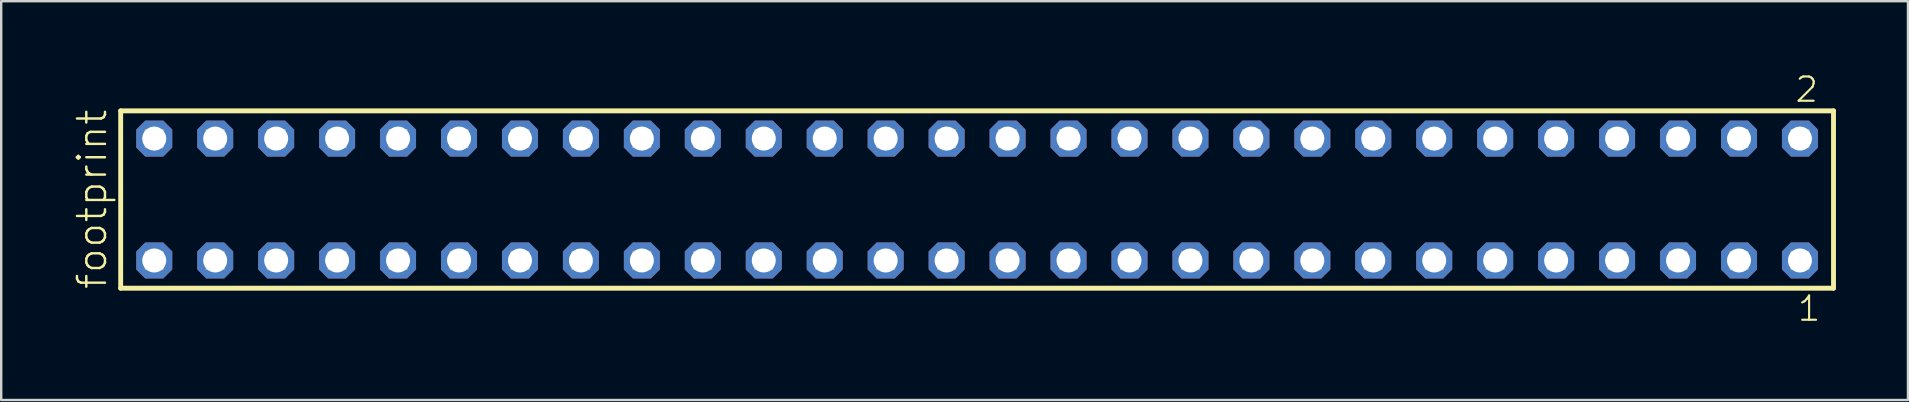
<source format=kicad_pcb>
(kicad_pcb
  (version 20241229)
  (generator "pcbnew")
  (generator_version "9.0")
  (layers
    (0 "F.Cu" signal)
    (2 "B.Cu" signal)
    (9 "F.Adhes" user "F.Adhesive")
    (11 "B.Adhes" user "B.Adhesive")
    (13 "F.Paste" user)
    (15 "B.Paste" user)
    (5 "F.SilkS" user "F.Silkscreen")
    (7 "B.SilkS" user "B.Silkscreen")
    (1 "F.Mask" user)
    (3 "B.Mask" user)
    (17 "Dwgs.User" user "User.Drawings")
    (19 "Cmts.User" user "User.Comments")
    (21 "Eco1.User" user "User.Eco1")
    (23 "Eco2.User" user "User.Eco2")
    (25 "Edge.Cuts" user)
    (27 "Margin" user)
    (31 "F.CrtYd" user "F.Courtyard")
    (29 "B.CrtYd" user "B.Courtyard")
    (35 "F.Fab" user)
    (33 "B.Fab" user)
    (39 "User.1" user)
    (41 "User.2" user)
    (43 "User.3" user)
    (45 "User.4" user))
  (footprint "footprint"
    (layer "F.Cu")
    (at 37.668 5.265)
    (property "Reference" "footprint" (at -36.195 3.81 90) (layer "F.SilkS") (effects (font (size 1.168 1.168) (thickness 0.102)) (justify left bottom)))
    (fp_line (start -35.689 -3.695) (end 35.689 -3.695) (stroke (width 0.203) (type solid)) (layer "F.SilkS"))
    (fp_line (start -35.689 3.695) (end -35.689 -3.695) (stroke (width 0.203) (type solid)) (layer "F.SilkS"))
    (fp_line (start 35.689 -3.695) (end 35.689 3.695) (stroke (width 0.203) (type solid)) (layer "F.SilkS"))
    (fp_line (start 35.689 3.695) (end -35.689 3.695) (stroke (width 0.203) (type solid)) (layer "F.SilkS"))
    (fp_poly (pts (xy -34.64 -2.19) (xy -33.94 -2.19) (xy -33.94 -2.89) (xy -34.64 -2.89)) (stroke (width 0.1) (type solid)) (fill no) (layer "F.Fab"))
    (fp_poly (pts (xy -34.64 2.89) (xy -33.94 2.89) (xy -33.94 2.19) (xy -34.64 2.19)) (stroke (width 0.1) (type solid)) (fill no) (layer "F.Fab"))
    (fp_poly (pts (xy -32.1 -2.19) (xy -31.4 -2.19) (xy -31.4 -2.89) (xy -32.1 -2.89)) (stroke (width 0.1) (type solid)) (fill no) (layer "F.Fab"))
    (fp_poly (pts (xy -32.1 2.89) (xy -31.4 2.89) (xy -31.4 2.19) (xy -32.1 2.19)) (stroke (width 0.1) (type solid)) (fill no) (layer "F.Fab"))
    (fp_poly (pts (xy -29.56 -2.19) (xy -28.86 -2.19) (xy -28.86 -2.89) (xy -29.56 -2.89)) (stroke (width 0.1) (type solid)) (fill no) (layer "F.Fab"))
    (fp_poly (pts (xy -29.56 2.89) (xy -28.86 2.89) (xy -28.86 2.19) (xy -29.56 2.19)) (stroke (width 0.1) (type solid)) (fill no) (layer "F.Fab"))
    (fp_poly (pts (xy -27.02 -2.19) (xy -26.32 -2.19) (xy -26.32 -2.89) (xy -27.02 -2.89)) (stroke (width 0.1) (type solid)) (fill no) (layer "F.Fab"))
    (fp_poly (pts (xy -27.02 2.89) (xy -26.32 2.89) (xy -26.32 2.19) (xy -27.02 2.19)) (stroke (width 0.1) (type solid)) (fill no) (layer "F.Fab"))
    (fp_poly (pts (xy -24.48 -2.19) (xy -23.78 -2.19) (xy -23.78 -2.89) (xy -24.48 -2.89)) (stroke (width 0.1) (type solid)) (fill no) (layer "F.Fab"))
    (fp_poly (pts (xy -24.48 2.89) (xy -23.78 2.89) (xy -23.78 2.19) (xy -24.48 2.19)) (stroke (width 0.1) (type solid)) (fill no) (layer "F.Fab"))
    (fp_poly (pts (xy -21.94 -2.19) (xy -21.24 -2.19) (xy -21.24 -2.89) (xy -21.94 -2.89)) (stroke (width 0.1) (type solid)) (fill no) (layer "F.Fab"))
    (fp_poly (pts (xy -21.94 2.89) (xy -21.24 2.89) (xy -21.24 2.19) (xy -21.94 2.19)) (stroke (width 0.1) (type solid)) (fill no) (layer "F.Fab"))
    (fp_poly (pts (xy -19.4 -2.19) (xy -18.7 -2.19) (xy -18.7 -2.89) (xy -19.4 -2.89)) (stroke (width 0.1) (type solid)) (fill no) (layer "F.Fab"))
    (fp_poly (pts (xy -19.4 2.89) (xy -18.7 2.89) (xy -18.7 2.19) (xy -19.4 2.19)) (stroke (width 0.1) (type solid)) (fill no) (layer "F.Fab"))
    (fp_poly (pts (xy -16.86 -2.19) (xy -16.16 -2.19) (xy -16.16 -2.89) (xy -16.86 -2.89)) (stroke (width 0.1) (type solid)) (fill no) (layer "F.Fab"))
    (fp_poly (pts (xy -16.86 2.89) (xy -16.16 2.89) (xy -16.16 2.19) (xy -16.86 2.19)) (stroke (width 0.1) (type solid)) (fill no) (layer "F.Fab"))
    (fp_poly (pts (xy -14.32 -2.19) (xy -13.62 -2.19) (xy -13.62 -2.89) (xy -14.32 -2.89)) (stroke (width 0.1) (type solid)) (fill no) (layer "F.Fab"))
    (fp_poly (pts (xy -14.32 2.89) (xy -13.62 2.89) (xy -13.62 2.19) (xy -14.32 2.19)) (stroke (width 0.1) (type solid)) (fill no) (layer "F.Fab"))
    (fp_poly (pts (xy -11.78 -2.19) (xy -11.08 -2.19) (xy -11.08 -2.89) (xy -11.78 -2.89)) (stroke (width 0.1) (type solid)) (fill no) (layer "F.Fab"))
    (fp_poly (pts (xy -11.78 2.89) (xy -11.08 2.89) (xy -11.08 2.19) (xy -11.78 2.19)) (stroke (width 0.1) (type solid)) (fill no) (layer "F.Fab"))
    (fp_poly (pts (xy -9.24 -2.19) (xy -8.54 -2.19) (xy -8.54 -2.89) (xy -9.24 -2.89)) (stroke (width 0.1) (type solid)) (fill no) (layer "F.Fab"))
    (fp_poly (pts (xy -9.24 2.89) (xy -8.54 2.89) (xy -8.54 2.19) (xy -9.24 2.19)) (stroke (width 0.1) (type solid)) (fill no) (layer "F.Fab"))
    (fp_poly (pts (xy -6.7 -2.19) (xy -6 -2.19) (xy -6 -2.89) (xy -6.7 -2.89)) (stroke (width 0.1) (type solid)) (fill no) (layer "F.Fab"))
    (fp_poly (pts (xy -6.7 2.89) (xy -6 2.89) (xy -6 2.19) (xy -6.7 2.19)) (stroke (width 0.1) (type solid)) (fill no) (layer "F.Fab"))
    (fp_poly (pts (xy -4.16 -2.19) (xy -3.46 -2.19) (xy -3.46 -2.89) (xy -4.16 -2.89)) (stroke (width 0.1) (type solid)) (fill no) (layer "F.Fab"))
    (fp_poly (pts (xy -4.16 2.89) (xy -3.46 2.89) (xy -3.46 2.19) (xy -4.16 2.19)) (stroke (width 0.1) (type solid)) (fill no) (layer "F.Fab"))
    (fp_poly (pts (xy -1.62 -2.19) (xy -0.92 -2.19) (xy -0.92 -2.89) (xy -1.62 -2.89)) (stroke (width 0.1) (type solid)) (fill no) (layer "F.Fab"))
    (fp_poly (pts (xy -1.62 2.89) (xy -0.92 2.89) (xy -0.92 2.19) (xy -1.62 2.19)) (stroke (width 0.1) (type solid)) (fill no) (layer "F.Fab"))
    (fp_poly (pts (xy 0.92 -2.19) (xy 1.62 -2.19) (xy 1.62 -2.89) (xy 0.92 -2.89)) (stroke (width 0.1) (type solid)) (fill no) (layer "F.Fab"))
    (fp_poly (pts (xy 0.92 2.89) (xy 1.62 2.89) (xy 1.62 2.19) (xy 0.92 2.19)) (stroke (width 0.1) (type solid)) (fill no) (layer "F.Fab"))
    (fp_poly (pts (xy 3.46 -2.19) (xy 4.16 -2.19) (xy 4.16 -2.89) (xy 3.46 -2.89)) (stroke (width 0.1) (type solid)) (fill no) (layer "F.Fab"))
    (fp_poly (pts (xy 3.46 2.89) (xy 4.16 2.89) (xy 4.16 2.19) (xy 3.46 2.19)) (stroke (width 0.1) (type solid)) (fill no) (layer "F.Fab"))
    (fp_poly (pts (xy 6 -2.19) (xy 6.7 -2.19) (xy 6.7 -2.89) (xy 6 -2.89)) (stroke (width 0.1) (type solid)) (fill no) (layer "F.Fab"))
    (fp_poly (pts (xy 6 2.89) (xy 6.7 2.89) (xy 6.7 2.19) (xy 6 2.19)) (stroke (width 0.1) (type solid)) (fill no) (layer "F.Fab"))
    (fp_poly (pts (xy 8.54 -2.19) (xy 9.24 -2.19) (xy 9.24 -2.89) (xy 8.54 -2.89)) (stroke (width 0.1) (type solid)) (fill no) (layer "F.Fab"))
    (fp_poly (pts (xy 8.54 2.89) (xy 9.24 2.89) (xy 9.24 2.19) (xy 8.54 2.19)) (stroke (width 0.1) (type solid)) (fill no) (layer "F.Fab"))
    (fp_poly (pts (xy 11.08 -2.19) (xy 11.78 -2.19) (xy 11.78 -2.89) (xy 11.08 -2.89)) (stroke (width 0.1) (type solid)) (fill no) (layer "F.Fab"))
    (fp_poly (pts (xy 11.08 2.89) (xy 11.78 2.89) (xy 11.78 2.19) (xy 11.08 2.19)) (stroke (width 0.1) (type solid)) (fill no) (layer "F.Fab"))
    (fp_poly (pts (xy 13.62 -2.19) (xy 14.32 -2.19) (xy 14.32 -2.89) (xy 13.62 -2.89)) (stroke (width 0.1) (type solid)) (fill no) (layer "F.Fab"))
    (fp_poly (pts (xy 13.62 2.89) (xy 14.32 2.89) (xy 14.32 2.19) (xy 13.62 2.19)) (stroke (width 0.1) (type solid)) (fill no) (layer "F.Fab"))
    (fp_poly (pts (xy 16.16 -2.19) (xy 16.86 -2.19) (xy 16.86 -2.89) (xy 16.16 -2.89)) (stroke (width 0.1) (type solid)) (fill no) (layer "F.Fab"))
    (fp_poly (pts (xy 16.16 2.89) (xy 16.86 2.89) (xy 16.86 2.19) (xy 16.16 2.19)) (stroke (width 0.1) (type solid)) (fill no) (layer "F.Fab"))
    (fp_poly (pts (xy 18.7 -2.19) (xy 19.4 -2.19) (xy 19.4 -2.89) (xy 18.7 -2.89)) (stroke (width 0.1) (type solid)) (fill no) (layer "F.Fab"))
    (fp_poly (pts (xy 18.7 2.89) (xy 19.4 2.89) (xy 19.4 2.19) (xy 18.7 2.19)) (stroke (width 0.1) (type solid)) (fill no) (layer "F.Fab"))
    (fp_poly (pts (xy 21.24 -2.19) (xy 21.94 -2.19) (xy 21.94 -2.89) (xy 21.24 -2.89)) (stroke (width 0.1) (type solid)) (fill no) (layer "F.Fab"))
    (fp_poly (pts (xy 21.24 2.89) (xy 21.94 2.89) (xy 21.94 2.19) (xy 21.24 2.19)) (stroke (width 0.1) (type solid)) (fill no) (layer "F.Fab"))
    (fp_poly (pts (xy 23.78 -2.19) (xy 24.48 -2.19) (xy 24.48 -2.89) (xy 23.78 -2.89)) (stroke (width 0.1) (type solid)) (fill no) (layer "F.Fab"))
    (fp_poly (pts (xy 23.78 2.89) (xy 24.48 2.89) (xy 24.48 2.19) (xy 23.78 2.19)) (stroke (width 0.1) (type solid)) (fill no) (layer "F.Fab"))
    (fp_poly (pts (xy 26.32 -2.19) (xy 27.02 -2.19) (xy 27.02 -2.89) (xy 26.32 -2.89)) (stroke (width 0.1) (type solid)) (fill no) (layer "F.Fab"))
    (fp_poly (pts (xy 26.32 2.89) (xy 27.02 2.89) (xy 27.02 2.19) (xy 26.32 2.19)) (stroke (width 0.1) (type solid)) (fill no) (layer "F.Fab"))
    (fp_poly (pts (xy 28.86 -2.19) (xy 29.56 -2.19) (xy 29.56 -2.89) (xy 28.86 -2.89)) (stroke (width 0.1) (type solid)) (fill no) (layer "F.Fab"))
    (fp_poly (pts (xy 28.86 2.89) (xy 29.56 2.89) (xy 29.56 2.19) (xy 28.86 2.19)) (stroke (width 0.1) (type solid)) (fill no) (layer "F.Fab"))
    (fp_poly (pts (xy 31.4 -2.19) (xy 32.1 -2.19) (xy 32.1 -2.89) (xy 31.4 -2.89)) (stroke (width 0.1) (type solid)) (fill no) (layer "F.Fab"))
    (fp_poly (pts (xy 31.4 2.89) (xy 32.1 2.89) (xy 32.1 2.19) (xy 31.4 2.19)) (stroke (width 0.1) (type solid)) (fill no) (layer "F.Fab"))
    (fp_poly (pts (xy 33.94 -2.19) (xy 34.64 -2.19) (xy 34.64 -2.89) (xy 33.94 -2.89)) (stroke (width 0.1) (type solid)) (fill no) (layer "F.Fab"))
    (fp_poly (pts (xy 33.94 2.89) (xy 34.64 2.89) (xy 34.64 2.19) (xy 33.94 2.19)) (stroke (width 0.1) (type solid)) (fill no) (layer "F.Fab"))
    (fp_text user "2" (at 34.032 -3.989 0) (layer "F.SilkS") (effects (font (size 1.012 1.012) (thickness 0.088)) (justify left bottom)))
    (fp_text user "1" (at 34.132 5.138 0) (layer "F.SilkS") (effects (font (size 1.012 1.012) (thickness 0.088)) (justify left bottom)))
    (pad "1" thru_hole roundrect (at 34.29 2.54 180) (size 1.5 1.5) (drill 1) (layers "*.Cu" "*.Mask") (roundrect_rratio 0.25) (chamfer_ratio 0.25) (chamfer top_left top_right bottom_left bottom_right))
    (pad "2" thru_hole roundrect (at 34.29 -2.54 180) (size 1.5 1.5) (drill 1) (layers "*.Cu" "*.Mask") (roundrect_rratio 0.25) (chamfer_ratio 0.25) (chamfer top_left top_right bottom_left bottom_right))
    (pad "3" thru_hole roundrect (at 31.75 2.54 180) (size 1.5 1.5) (drill 1) (layers "*.Cu" "*.Mask") (roundrect_rratio 0.25) (chamfer_ratio 0.25) (chamfer top_left top_right bottom_left bottom_right))
    (pad "4" thru_hole roundrect (at 31.75 -2.54 180) (size 1.5 1.5) (drill 1) (layers "*.Cu" "*.Mask") (roundrect_rratio 0.25) (chamfer_ratio 0.25) (chamfer top_left top_right bottom_left bottom_right))
    (pad "5" thru_hole roundrect (at 29.21 2.54 180) (size 1.5 1.5) (drill 1) (layers "*.Cu" "*.Mask") (roundrect_rratio 0.25) (chamfer_ratio 0.25) (chamfer top_left top_right bottom_left bottom_right))
    (pad "6" thru_hole roundrect (at 29.21 -2.54 180) (size 1.5 1.5) (drill 1) (layers "*.Cu" "*.Mask") (roundrect_rratio 0.25) (chamfer_ratio 0.25) (chamfer top_left top_right bottom_left bottom_right))
    (pad "7" thru_hole roundrect (at 26.67 2.54 180) (size 1.5 1.5) (drill 1) (layers "*.Cu" "*.Mask") (roundrect_rratio 0.25) (chamfer_ratio 0.25) (chamfer top_left top_right bottom_left bottom_right))
    (pad "8" thru_hole roundrect (at 26.67 -2.54 180) (size 1.5 1.5) (drill 1) (layers "*.Cu" "*.Mask") (roundrect_rratio 0.25) (chamfer_ratio 0.25) (chamfer top_left top_right bottom_left bottom_right))
    (pad "9" thru_hole roundrect (at 24.13 2.54 180) (size 1.5 1.5) (drill 1) (layers "*.Cu" "*.Mask") (roundrect_rratio 0.25) (chamfer_ratio 0.25) (chamfer top_left top_right bottom_left bottom_right))
    (pad "10" thru_hole roundrect (at 24.13 -2.54 180) (size 1.5 1.5) (drill 1) (layers "*.Cu" "*.Mask") (roundrect_rratio 0.25) (chamfer_ratio 0.25) (chamfer top_left top_right bottom_left bottom_right))
    (pad "11" thru_hole roundrect (at 21.59 2.54 180) (size 1.5 1.5) (drill 1) (layers "*.Cu" "*.Mask") (roundrect_rratio 0.25) (chamfer_ratio 0.25) (chamfer top_left top_right bottom_left bottom_right))
    (pad "12" thru_hole roundrect (at 21.59 -2.54 180) (size 1.5 1.5) (drill 1) (layers "*.Cu" "*.Mask") (roundrect_rratio 0.25) (chamfer_ratio 0.25) (chamfer top_left top_right bottom_left bottom_right))
    (pad "13" thru_hole roundrect (at 19.05 2.54 180) (size 1.5 1.5) (drill 1) (layers "*.Cu" "*.Mask") (roundrect_rratio 0.25) (chamfer_ratio 0.25) (chamfer top_left top_right bottom_left bottom_right))
    (pad "14" thru_hole roundrect (at 19.05 -2.54 180) (size 1.5 1.5) (drill 1) (layers "*.Cu" "*.Mask") (roundrect_rratio 0.25) (chamfer_ratio 0.25) (chamfer top_left top_right bottom_left bottom_right))
    (pad "15" thru_hole roundrect (at 16.51 2.54 180) (size 1.5 1.5) (drill 1) (layers "*.Cu" "*.Mask") (roundrect_rratio 0.25) (chamfer_ratio 0.25) (chamfer top_left top_right bottom_left bottom_right))
    (pad "16" thru_hole roundrect (at 16.51 -2.54 180) (size 1.5 1.5) (drill 1) (layers "*.Cu" "*.Mask") (roundrect_rratio 0.25) (chamfer_ratio 0.25) (chamfer top_left top_right bottom_left bottom_right))
    (pad "17" thru_hole roundrect (at 13.97 2.54 180) (size 1.5 1.5) (drill 1) (layers "*.Cu" "*.Mask") (roundrect_rratio 0.25) (chamfer_ratio 0.25) (chamfer top_left top_right bottom_left bottom_right))
    (pad "18" thru_hole roundrect (at 13.97 -2.54 180) (size 1.5 1.5) (drill 1) (layers "*.Cu" "*.Mask") (roundrect_rratio 0.25) (chamfer_ratio 0.25) (chamfer top_left top_right bottom_left bottom_right))
    (pad "19" thru_hole roundrect (at 11.43 2.54 180) (size 1.5 1.5) (drill 1) (layers "*.Cu" "*.Mask") (roundrect_rratio 0.25) (chamfer_ratio 0.25) (chamfer top_left top_right bottom_left bottom_right))
    (pad "20" thru_hole roundrect (at 11.43 -2.54 180) (size 1.5 1.5) (drill 1) (layers "*.Cu" "*.Mask") (roundrect_rratio 0.25) (chamfer_ratio 0.25) (chamfer top_left top_right bottom_left bottom_right))
    (pad "21" thru_hole roundrect (at 8.89 2.54 180) (size 1.5 1.5) (drill 1) (layers "*.Cu" "*.Mask") (roundrect_rratio 0.25) (chamfer_ratio 0.25) (chamfer top_left top_right bottom_left bottom_right))
    (pad "22" thru_hole roundrect (at 8.89 -2.54 180) (size 1.5 1.5) (drill 1) (layers "*.Cu" "*.Mask") (roundrect_rratio 0.25) (chamfer_ratio 0.25) (chamfer top_left top_right bottom_left bottom_right))
    (pad "23" thru_hole roundrect (at 6.35 2.54 180) (size 1.5 1.5) (drill 1) (layers "*.Cu" "*.Mask") (roundrect_rratio 0.25) (chamfer_ratio 0.25) (chamfer top_left top_right bottom_left bottom_right))
    (pad "24" thru_hole roundrect (at 6.35 -2.54 180) (size 1.5 1.5) (drill 1) (layers "*.Cu" "*.Mask") (roundrect_rratio 0.25) (chamfer_ratio 0.25) (chamfer top_left top_right bottom_left bottom_right))
    (pad "25" thru_hole roundrect (at 3.81 2.54 180) (size 1.5 1.5) (drill 1) (layers "*.Cu" "*.Mask") (roundrect_rratio 0.25) (chamfer_ratio 0.25) (chamfer top_left top_right bottom_left bottom_right))
    (pad "26" thru_hole roundrect (at 3.81 -2.54 180) (size 1.5 1.5) (drill 1) (layers "*.Cu" "*.Mask") (roundrect_rratio 0.25) (chamfer_ratio 0.25) (chamfer top_left top_right bottom_left bottom_right))
    (pad "27" thru_hole roundrect (at 1.27 2.54 180) (size 1.5 1.5) (drill 1) (layers "*.Cu" "*.Mask") (roundrect_rratio 0.25) (chamfer_ratio 0.25) (chamfer top_left top_right bottom_left bottom_right))
    (pad "28" thru_hole roundrect (at 1.27 -2.54 180) (size 1.5 1.5) (drill 1) (layers "*.Cu" "*.Mask") (roundrect_rratio 0.25) (chamfer_ratio 0.25) (chamfer top_left top_right bottom_left bottom_right))
    (pad "29" thru_hole roundrect (at -1.27 2.54 180) (size 1.5 1.5) (drill 1) (layers "*.Cu" "*.Mask") (roundrect_rratio 0.25) (chamfer_ratio 0.25) (chamfer top_left top_right bottom_left bottom_right))
    (pad "30" thru_hole roundrect (at -1.27 -2.54 180) (size 1.5 1.5) (drill 1) (layers "*.Cu" "*.Mask") (roundrect_rratio 0.25) (chamfer_ratio 0.25) (chamfer top_left top_right bottom_left bottom_right))
    (pad "31" thru_hole roundrect (at -3.81 2.54 180) (size 1.5 1.5) (drill 1) (layers "*.Cu" "*.Mask") (roundrect_rratio 0.25) (chamfer_ratio 0.25) (chamfer top_left top_right bottom_left bottom_right))
    (pad "32" thru_hole roundrect (at -3.81 -2.54 180) (size 1.5 1.5) (drill 1) (layers "*.Cu" "*.Mask") (roundrect_rratio 0.25) (chamfer_ratio 0.25) (chamfer top_left top_right bottom_left bottom_right))
    (pad "33" thru_hole roundrect (at -6.35 2.54 180) (size 1.5 1.5) (drill 1) (layers "*.Cu" "*.Mask") (roundrect_rratio 0.25) (chamfer_ratio 0.25) (chamfer top_left top_right bottom_left bottom_right))
    (pad "34" thru_hole roundrect (at -6.35 -2.54 180) (size 1.5 1.5) (drill 1) (layers "*.Cu" "*.Mask") (roundrect_rratio 0.25) (chamfer_ratio 0.25) (chamfer top_left top_right bottom_left bottom_right))
    (pad "35" thru_hole roundrect (at -8.89 2.54 180) (size 1.5 1.5) (drill 1) (layers "*.Cu" "*.Mask") (roundrect_rratio 0.25) (chamfer_ratio 0.25) (chamfer top_left top_right bottom_left bottom_right))
    (pad "36" thru_hole roundrect (at -8.89 -2.54 180) (size 1.5 1.5) (drill 1) (layers "*.Cu" "*.Mask") (roundrect_rratio 0.25) (chamfer_ratio 0.25) (chamfer top_left top_right bottom_left bottom_right))
    (pad "37" thru_hole roundrect (at -11.43 2.54 180) (size 1.5 1.5) (drill 1) (layers "*.Cu" "*.Mask") (roundrect_rratio 0.25) (chamfer_ratio 0.25) (chamfer top_left top_right bottom_left bottom_right))
    (pad "38" thru_hole roundrect (at -11.43 -2.54 180) (size 1.5 1.5) (drill 1) (layers "*.Cu" "*.Mask") (roundrect_rratio 0.25) (chamfer_ratio 0.25) (chamfer top_left top_right bottom_left bottom_right))
    (pad "39" thru_hole roundrect (at -13.97 2.54 180) (size 1.5 1.5) (drill 1) (layers "*.Cu" "*.Mask") (roundrect_rratio 0.25) (chamfer_ratio 0.25) (chamfer top_left top_right bottom_left bottom_right))
    (pad "40" thru_hole roundrect (at -13.97 -2.54 180) (size 1.5 1.5) (drill 1) (layers "*.Cu" "*.Mask") (roundrect_rratio 0.25) (chamfer_ratio 0.25) (chamfer top_left top_right bottom_left bottom_right))
    (pad "41" thru_hole roundrect (at -16.51 2.54 180) (size 1.5 1.5) (drill 1) (layers "*.Cu" "*.Mask") (roundrect_rratio 0.25) (chamfer_ratio 0.25) (chamfer top_left top_right bottom_left bottom_right))
    (pad "42" thru_hole roundrect (at -16.51 -2.54 180) (size 1.5 1.5) (drill 1) (layers "*.Cu" "*.Mask") (roundrect_rratio 0.25) (chamfer_ratio 0.25) (chamfer top_left top_right bottom_left bottom_right))
    (pad "43" thru_hole roundrect (at -19.05 2.54 180) (size 1.5 1.5) (drill 1) (layers "*.Cu" "*.Mask") (roundrect_rratio 0.25) (chamfer_ratio 0.25) (chamfer top_left top_right bottom_left bottom_right))
    (pad "44" thru_hole roundrect (at -19.05 -2.54 180) (size 1.5 1.5) (drill 1) (layers "*.Cu" "*.Mask") (roundrect_rratio 0.25) (chamfer_ratio 0.25) (chamfer top_left top_right bottom_left bottom_right))
    (pad "45" thru_hole roundrect (at -21.59 2.54 180) (size 1.5 1.5) (drill 1) (layers "*.Cu" "*.Mask") (roundrect_rratio 0.25) (chamfer_ratio 0.25) (chamfer top_left top_right bottom_left bottom_right))
    (pad "46" thru_hole roundrect (at -21.59 -2.54 180) (size 1.5 1.5) (drill 1) (layers "*.Cu" "*.Mask") (roundrect_rratio 0.25) (chamfer_ratio 0.25) (chamfer top_left top_right bottom_left bottom_right))
    (pad "47" thru_hole roundrect (at -24.13 2.54 180) (size 1.5 1.5) (drill 1) (layers "*.Cu" "*.Mask") (roundrect_rratio 0.25) (chamfer_ratio 0.25) (chamfer top_left top_right bottom_left bottom_right))
    (pad "48" thru_hole roundrect (at -24.13 -2.54 180) (size 1.5 1.5) (drill 1) (layers "*.Cu" "*.Mask") (roundrect_rratio 0.25) (chamfer_ratio 0.25) (chamfer top_left top_right bottom_left bottom_right))
    (pad "49" thru_hole roundrect (at -26.67 2.54 180) (size 1.5 1.5) (drill 1) (layers "*.Cu" "*.Mask") (roundrect_rratio 0.25) (chamfer_ratio 0.25) (chamfer top_left top_right bottom_left bottom_right))
    (pad "50" thru_hole roundrect (at -26.67 -2.54 180) (size 1.5 1.5) (drill 1) (layers "*.Cu" "*.Mask") (roundrect_rratio 0.25) (chamfer_ratio 0.25) (chamfer top_left top_right bottom_left bottom_right))
    (pad "51" thru_hole roundrect (at -29.21 2.54 180) (size 1.5 1.5) (drill 1) (layers "*.Cu" "*.Mask") (roundrect_rratio 0.25) (chamfer_ratio 0.25) (chamfer top_left top_right bottom_left bottom_right))
    (pad "52" thru_hole roundrect (at -29.21 -2.54 180) (size 1.5 1.5) (drill 1) (layers "*.Cu" "*.Mask") (roundrect_rratio 0.25) (chamfer_ratio 0.25) (chamfer top_left top_right bottom_left bottom_right))
    (pad "53" thru_hole roundrect (at -31.75 2.54 180) (size 1.5 1.5) (drill 1) (layers "*.Cu" "*.Mask") (roundrect_rratio 0.25) (chamfer_ratio 0.25) (chamfer top_left top_right bottom_left bottom_right))
    (pad "54" thru_hole roundrect (at -31.75 -2.54 180) (size 1.5 1.5) (drill 1) (layers "*.Cu" "*.Mask") (roundrect_rratio 0.25) (chamfer_ratio 0.25) (chamfer top_left top_right bottom_left bottom_right))
    (pad "55" thru_hole roundrect (at -34.29 2.54 180) (size 1.5 1.5) (drill 1) (layers "*.Cu" "*.Mask") (roundrect_rratio 0.25) (chamfer_ratio 0.25) (chamfer top_left top_right bottom_left bottom_right))
    (pad "56" thru_hole roundrect (at -34.29 -2.54 180) (size 1.5 1.5) (drill 1) (layers "*.Cu" "*.Mask") (roundrect_rratio 0.25) (chamfer_ratio 0.25) (chamfer top_left top_right bottom_left bottom_right)))
  (gr_rect
    (start -3 -3)
    (end 76.459 13.62)
    (stroke (width 0.1) (type default))
    (fill no)
    (layer "Edge.Cuts")))
</source>
